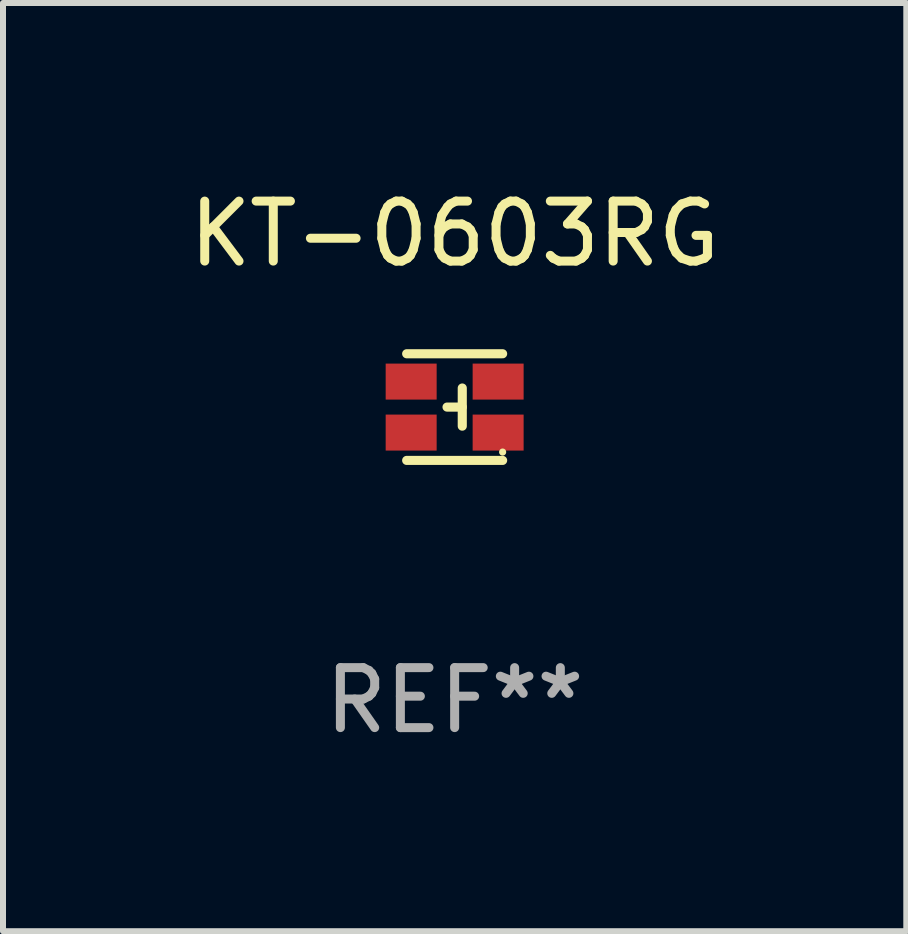
<source format=kicad_pcb>
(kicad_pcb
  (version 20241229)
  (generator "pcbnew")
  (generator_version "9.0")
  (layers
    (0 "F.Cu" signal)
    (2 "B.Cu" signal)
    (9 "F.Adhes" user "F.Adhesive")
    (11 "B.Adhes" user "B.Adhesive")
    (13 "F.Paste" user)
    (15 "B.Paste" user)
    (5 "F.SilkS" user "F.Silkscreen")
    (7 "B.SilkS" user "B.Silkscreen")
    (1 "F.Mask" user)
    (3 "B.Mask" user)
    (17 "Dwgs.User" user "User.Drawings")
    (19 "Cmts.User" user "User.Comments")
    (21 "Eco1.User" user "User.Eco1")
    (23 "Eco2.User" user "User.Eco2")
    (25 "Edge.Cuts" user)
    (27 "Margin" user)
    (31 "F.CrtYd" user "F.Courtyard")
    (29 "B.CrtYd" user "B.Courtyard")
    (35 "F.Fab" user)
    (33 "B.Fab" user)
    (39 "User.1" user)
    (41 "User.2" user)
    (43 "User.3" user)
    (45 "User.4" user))
  (footprint "KT-0603RG"
    (layer "F.Cu")
    (at 4.53 3.737)
    (property "Reference" "KT-0603RG" (at 0 -2.889 0) (layer "F.SilkS") (effects (font (size 1 1) (thickness 0.15))))
    (attr through_hole)
    (fp_line (start -0.8 -0.889) (end 0.8 -0.889) (stroke (width 0.152) (type solid)) (layer "F.SilkS"))
    (fp_line (start -0.127 0) (end 0.127 0) (stroke (width 0.152) (type solid)) (layer "F.SilkS"))
    (fp_line (start 0.127 -0.318) (end 0.127 0.318) (stroke (width 0.152) (type solid)) (layer "F.SilkS"))
    (fp_line (start 0.8 0.889) (end -0.8 0.889) (stroke (width 0.152) (type solid)) (layer "F.SilkS"))
    (fp_circle (center 0.8 0.75) (end 0.83 0.75) (stroke (width 0.06) (type solid)) (fill no) (layer "F.SilkS"))
    (fp_text user "REF**" (at 0 4.889 0) (layer "F.Fab") (effects (font (size 1 1) (thickness 0.15))))
    (pad "1" smd rect (at 0.725 0.425) (size 0.85 0.6) (layers "F.Cu" "F.Mask" "F.Paste"))
    (pad "2" smd rect (at 0.725 -0.425) (size 0.85 0.6) (layers "F.Cu" "F.Mask" "F.Paste"))
    (pad "3" smd rect (at -0.725 0.425) (size 0.85 0.6) (layers "F.Cu" "F.Mask" "F.Paste"))
    (pad "4" smd rect (at -0.725 -0.425) (size 0.85 0.6) (layers "F.Cu" "F.Mask" "F.Paste")))
  (gr_rect
    (start -3 -3)
    (end 12.06 12.475)
    (stroke (width 0.1) (type default))
    (fill no)
    (layer "Edge.Cuts")))
</source>
